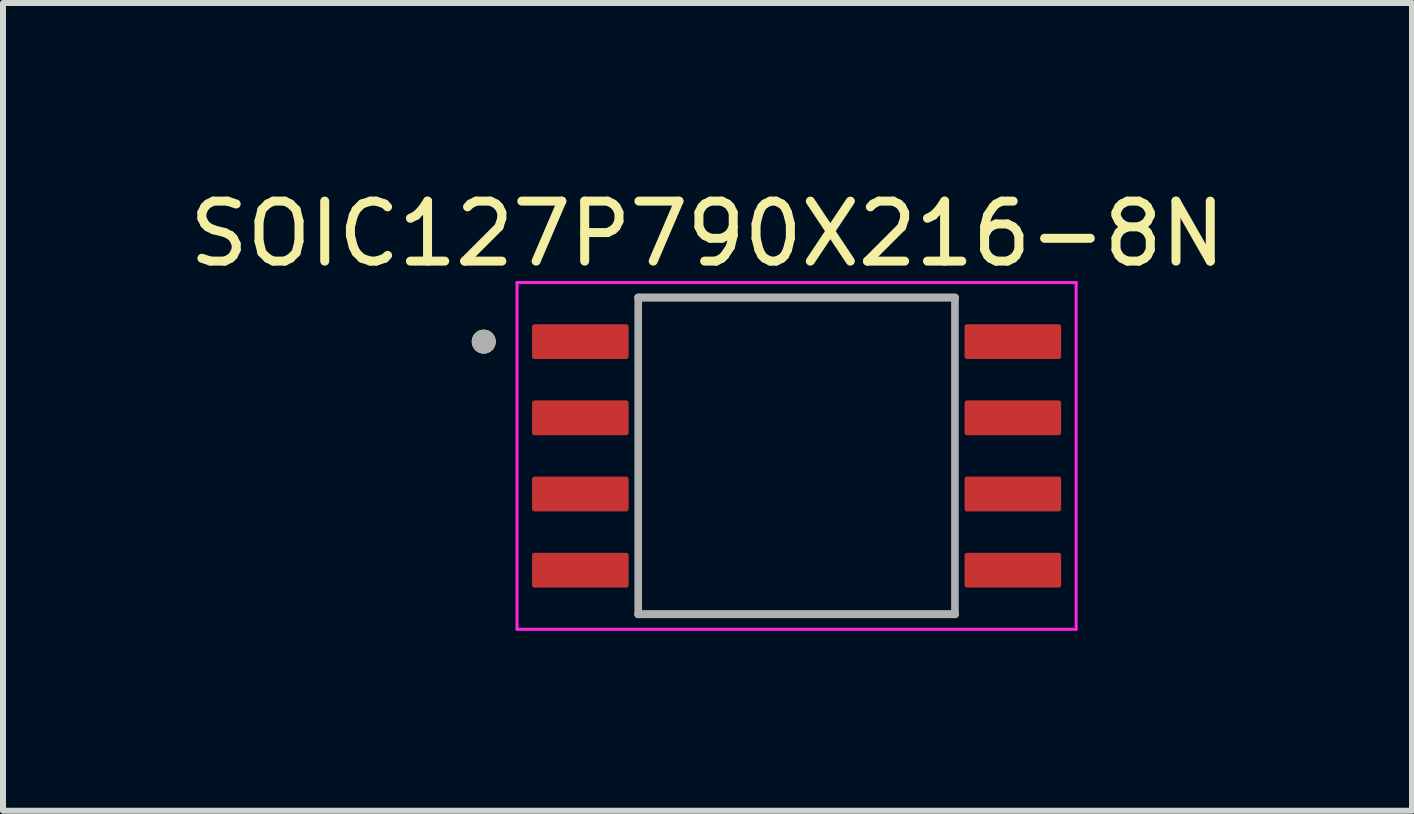
<source format=kicad_pcb>
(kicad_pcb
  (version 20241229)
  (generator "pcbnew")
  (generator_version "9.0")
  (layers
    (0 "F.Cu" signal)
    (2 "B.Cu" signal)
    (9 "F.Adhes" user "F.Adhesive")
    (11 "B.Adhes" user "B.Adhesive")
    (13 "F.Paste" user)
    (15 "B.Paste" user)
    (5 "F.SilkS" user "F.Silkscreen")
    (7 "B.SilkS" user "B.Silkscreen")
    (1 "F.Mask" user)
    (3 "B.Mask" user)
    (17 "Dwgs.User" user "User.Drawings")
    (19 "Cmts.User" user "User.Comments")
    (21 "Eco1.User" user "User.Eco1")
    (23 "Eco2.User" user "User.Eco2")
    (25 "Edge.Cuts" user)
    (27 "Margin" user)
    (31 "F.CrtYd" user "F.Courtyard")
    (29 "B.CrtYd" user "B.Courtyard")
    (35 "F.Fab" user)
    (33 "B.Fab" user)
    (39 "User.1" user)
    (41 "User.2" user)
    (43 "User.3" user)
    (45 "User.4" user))
  (footprint "SOIC127P790X216-8N"
    (layer "F.Cu")
    (at 10.229 4.55)
    (property "Reference" "SOIC127P790X216-8N" (at -1.485 -3.702 0) (layer "F.SilkS") (effects (font (size 1 1) (thickness 0.15))))
    (attr smd)
    (fp_line (start -2.64 -2.64) (end 2.64 -2.64) (stroke (width 0.127) (type solid)) (layer "F.SilkS"))
    (fp_line (start -2.64 2.64) (end 2.64 2.64) (stroke (width 0.127) (type solid)) (layer "F.SilkS"))
    (fp_circle (center -5.215 -1.905) (end -5.115 -1.905) (stroke (width 0.2) (type solid)) (fill no) (layer "F.SilkS"))
    (fp_line (start -4.66 -2.89) (end -4.66 2.89) (stroke (width 0.05) (type solid)) (layer "F.CrtYd"))
    (fp_line (start -4.66 -2.89) (end 4.66 -2.89) (stroke (width 0.05) (type solid)) (layer "F.CrtYd"))
    (fp_line (start -4.66 2.89) (end 4.66 2.89) (stroke (width 0.05) (type solid)) (layer "F.CrtYd"))
    (fp_line (start 4.66 -2.89) (end 4.66 2.89) (stroke (width 0.05) (type solid)) (layer "F.CrtYd"))
    (fp_line (start -2.64 -2.64) (end -2.64 2.64) (stroke (width 0.127) (type solid)) (layer "F.Fab"))
    (fp_line (start -2.64 -2.64) (end 2.64 -2.64) (stroke (width 0.127) (type solid)) (layer "F.Fab"))
    (fp_line (start -2.64 2.64) (end 2.64 2.64) (stroke (width 0.127) (type solid)) (layer "F.Fab"))
    (fp_line (start 2.64 -2.64) (end 2.64 2.64) (stroke (width 0.127) (type solid)) (layer "F.Fab"))
    (fp_circle (center -5.215 -1.905) (end -5.115 -1.905) (stroke (width 0.2) (type solid)) (fill no) (layer "F.Fab"))
    (pad "1" smd roundrect (at -3.605 -1.905) (size 1.61 0.58) (layers "F.Cu" "F.Mask" "F.Paste") (roundrect_rratio 0.07))
    (pad "2" smd roundrect (at -3.605 -0.635) (size 1.61 0.58) (layers "F.Cu" "F.Mask" "F.Paste") (roundrect_rratio 0.07))
    (pad "3" smd roundrect (at -3.605 0.635) (size 1.61 0.58) (layers "F.Cu" "F.Mask" "F.Paste") (roundrect_rratio 0.07))
    (pad "4" smd roundrect (at -3.605 1.905) (size 1.61 0.58) (layers "F.Cu" "F.Mask" "F.Paste") (roundrect_rratio 0.07))
    (pad "5" smd roundrect (at 3.605 1.905) (size 1.61 0.58) (layers "F.Cu" "F.Mask" "F.Paste") (roundrect_rratio 0.07))
    (pad "6" smd roundrect (at 3.605 0.635) (size 1.61 0.58) (layers "F.Cu" "F.Mask" "F.Paste") (roundrect_rratio 0.07))
    (pad "7" smd roundrect (at 3.605 -0.635) (size 1.61 0.58) (layers "F.Cu" "F.Mask" "F.Paste") (roundrect_rratio 0.07))
    (pad "8" smd roundrect (at 3.605 -1.905) (size 1.61 0.58) (layers "F.Cu" "F.Mask" "F.Paste") (roundrect_rratio 0.07)))
  (gr_rect
    (start -3 -3)
    (end 20.488 10.465)
    (stroke (width 0.1) (type default))
    (fill no)
    (layer "Edge.Cuts")))
</source>
